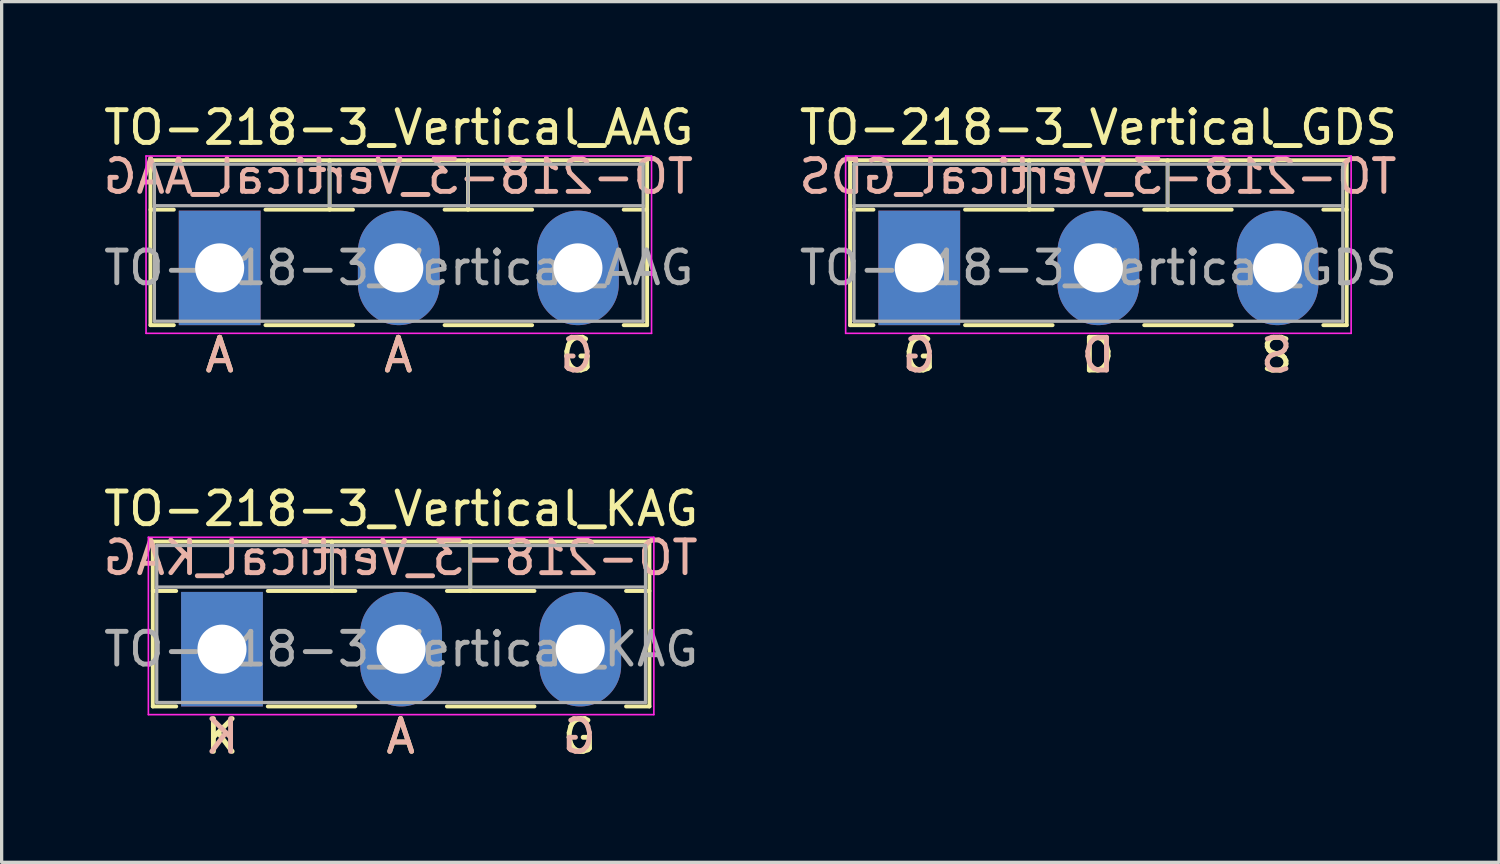
<source format=kicad_pcb>
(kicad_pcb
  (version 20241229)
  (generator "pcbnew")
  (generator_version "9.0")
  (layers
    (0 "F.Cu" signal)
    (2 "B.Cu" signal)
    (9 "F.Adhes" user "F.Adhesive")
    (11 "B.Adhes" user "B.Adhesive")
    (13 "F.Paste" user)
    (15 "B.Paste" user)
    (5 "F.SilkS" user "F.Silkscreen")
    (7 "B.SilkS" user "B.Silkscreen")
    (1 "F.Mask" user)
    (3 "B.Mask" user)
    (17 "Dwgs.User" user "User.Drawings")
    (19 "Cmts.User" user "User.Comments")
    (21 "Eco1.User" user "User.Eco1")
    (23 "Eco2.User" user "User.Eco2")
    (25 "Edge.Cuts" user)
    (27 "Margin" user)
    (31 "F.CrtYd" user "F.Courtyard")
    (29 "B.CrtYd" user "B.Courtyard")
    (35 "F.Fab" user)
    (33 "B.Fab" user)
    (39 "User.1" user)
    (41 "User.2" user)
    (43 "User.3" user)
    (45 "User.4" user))
  (footprint "TO-218-3_Vertical_AAG"
    (layer "F.Cu")
    (at 3.664 5.138)
    (property "Reference" "TO-218-3_Vertical_AAG" (at 5.475 -4.29 0) (layer "F.SilkS") (effects (font (size 1 1) (thickness 0.15))))
    (fp_line (start -2.115 -3.29) (end -2.115 1.75) (stroke (width 0.12) (type solid)) (layer "F.SilkS"))
    (fp_line (start -2.115 -3.29) (end 13.065 -3.29) (stroke (width 0.12) (type solid)) (layer "F.SilkS"))
    (fp_line (start -2.115 -1.78) (end -1.4 -1.78) (stroke (width 0.12) (type solid)) (layer "F.SilkS"))
    (fp_line (start -2.115 1.75) (end -1.4 1.75) (stroke (width 0.12) (type solid)) (layer "F.SilkS"))
    (fp_line (start 1.4 -1.78) (end 4.075 -1.78) (stroke (width 0.12) (type solid)) (layer "F.SilkS"))
    (fp_line (start 1.4 1.75) (end 4.075 1.75) (stroke (width 0.12) (type solid)) (layer "F.SilkS"))
    (fp_line (start 3.36 -3.29) (end 3.36 -1.78) (stroke (width 0.12) (type solid)) (layer "F.SilkS"))
    (fp_line (start 6.875 -1.78) (end 9.55 -1.78) (stroke (width 0.12) (type solid)) (layer "F.SilkS"))
    (fp_line (start 6.875 1.75) (end 9.55 1.75) (stroke (width 0.12) (type solid)) (layer "F.SilkS"))
    (fp_line (start 7.59 -3.29) (end 7.59 -1.78) (stroke (width 0.12) (type solid)) (layer "F.SilkS"))
    (fp_line (start 12.35 -1.78) (end 13.065 -1.78) (stroke (width 0.12) (type solid)) (layer "F.SilkS"))
    (fp_line (start 12.35 1.75) (end 13.065 1.75) (stroke (width 0.12) (type solid)) (layer "F.SilkS"))
    (fp_line (start 13.065 -3.29) (end 13.065 1.75) (stroke (width 0.12) (type solid)) (layer "F.SilkS"))
    (fp_line (start -2.25 -3.42) (end -2.25 2) (stroke (width 0.05) (type solid)) (layer "F.CrtYd"))
    (fp_line (start -2.25 2) (end 13.2 2) (stroke (width 0.05) (type solid)) (layer "F.CrtYd"))
    (fp_line (start 13.2 -3.42) (end -2.25 -3.42) (stroke (width 0.05) (type solid)) (layer "F.CrtYd"))
    (fp_line (start 13.2 2) (end 13.2 -3.42) (stroke (width 0.05) (type solid)) (layer "F.CrtYd"))
    (fp_line (start -1.995 -3.17) (end -1.995 1.63) (stroke (width 0.1) (type solid)) (layer "F.Fab"))
    (fp_line (start -1.995 -1.9) (end 12.945 -1.9) (stroke (width 0.1) (type solid)) (layer "F.Fab"))
    (fp_line (start -1.995 1.63) (end 12.945 1.63) (stroke (width 0.1) (type solid)) (layer "F.Fab"))
    (fp_line (start 3.36 -3.17) (end 3.36 -1.9) (stroke (width 0.1) (type solid)) (layer "F.Fab"))
    (fp_line (start 7.59 -3.17) (end 7.59 -1.9) (stroke (width 0.1) (type solid)) (layer "F.Fab"))
    (fp_line (start 12.945 -3.17) (end -1.995 -3.17) (stroke (width 0.1) (type solid)) (layer "F.Fab"))
    (fp_line (start 12.945 1.63) (end 12.945 -3.17) (stroke (width 0.1) (type solid)) (layer "F.Fab"))
    (fp_text user "A" (at 5.461 2.667 0) (unlocked yes) (layer "F.SilkS") (effects (font (size 1 1) (thickness 0.15))))
    (fp_text user "A" (at 0 2.667 0) (unlocked yes) (layer "F.SilkS") (effects (font (size 1 1) (thickness 0.15))))
    (fp_text user "G" (at 10.922 2.667 0) (unlocked yes) (layer "F.SilkS") (effects (font (size 1 1) (thickness 0.15))))
    (fp_text user "A" (at 5.461 2.667 0) (unlocked yes) (layer "B.SilkS") (effects (font (size 1 1) (thickness 0.15)) (justify mirror)))
    (fp_text user "${REFERENCE}" (at 5.461 -2.794 0) (layer "B.SilkS") (effects (font (size 1 1) (thickness 0.15)) (justify mirror)))
    (fp_text user "G" (at 10.922 2.667 0) (unlocked yes) (layer "B.SilkS") (effects (font (size 1 1) (thickness 0.15)) (justify mirror)))
    (fp_text user "A" (at 0 2.667 0) (unlocked yes) (layer "B.SilkS") (effects (font (size 1 1) (thickness 0.15)) (justify mirror)))
    (fp_text user "${REFERENCE}" (at 5.475 0 0) (layer "F.Fab") (effects (font (size 1 1) (thickness 0.15))))
    (pad "1" thru_hole rect (at 0 0) (size 2.5 3.5) (drill 1.5) (layers "*.Cu" "*.Mask"))
    (pad "2" thru_hole oval (at 5.475 0) (size 2.5 3.5) (drill 1.5) (layers "*.Cu" "*.Mask"))
    (pad "3" thru_hole oval (at 10.95 0) (size 2.5 3.5) (drill 1.5) (layers "*.Cu" "*.Mask")))
  (footprint "TO-218-3_Vertical_KAG"
    (layer "F.Cu")
    (at 3.735 16.792)
    (property "Reference" "TO-218-3_Vertical_KAG" (at 5.475 -4.29 0) (layer "F.SilkS") (effects (font (size 1 1) (thickness 0.15))))
    (fp_line (start -2.115 -3.29) (end -2.115 1.75) (stroke (width 0.12) (type solid)) (layer "F.SilkS"))
    (fp_line (start -2.115 -3.29) (end 13.065 -3.29) (stroke (width 0.12) (type solid)) (layer "F.SilkS"))
    (fp_line (start -2.115 -1.78) (end -1.4 -1.78) (stroke (width 0.12) (type solid)) (layer "F.SilkS"))
    (fp_line (start -2.115 1.75) (end -1.4 1.75) (stroke (width 0.12) (type solid)) (layer "F.SilkS"))
    (fp_line (start 1.4 -1.78) (end 4.075 -1.78) (stroke (width 0.12) (type solid)) (layer "F.SilkS"))
    (fp_line (start 1.4 1.75) (end 4.075 1.75) (stroke (width 0.12) (type solid)) (layer "F.SilkS"))
    (fp_line (start 3.36 -3.29) (end 3.36 -1.78) (stroke (width 0.12) (type solid)) (layer "F.SilkS"))
    (fp_line (start 6.875 -1.78) (end 9.55 -1.78) (stroke (width 0.12) (type solid)) (layer "F.SilkS"))
    (fp_line (start 6.875 1.75) (end 9.55 1.75) (stroke (width 0.12) (type solid)) (layer "F.SilkS"))
    (fp_line (start 7.59 -3.29) (end 7.59 -1.78) (stroke (width 0.12) (type solid)) (layer "F.SilkS"))
    (fp_line (start 12.35 -1.78) (end 13.065 -1.78) (stroke (width 0.12) (type solid)) (layer "F.SilkS"))
    (fp_line (start 12.35 1.75) (end 13.065 1.75) (stroke (width 0.12) (type solid)) (layer "F.SilkS"))
    (fp_line (start 13.065 -3.29) (end 13.065 1.75) (stroke (width 0.12) (type solid)) (layer "F.SilkS"))
    (fp_line (start -2.25 -3.42) (end -2.25 2) (stroke (width 0.05) (type solid)) (layer "F.CrtYd"))
    (fp_line (start -2.25 2) (end 13.2 2) (stroke (width 0.05) (type solid)) (layer "F.CrtYd"))
    (fp_line (start 13.2 -3.42) (end -2.25 -3.42) (stroke (width 0.05) (type solid)) (layer "F.CrtYd"))
    (fp_line (start 13.2 2) (end 13.2 -3.42) (stroke (width 0.05) (type solid)) (layer "F.CrtYd"))
    (fp_line (start -1.995 -3.17) (end -1.995 1.63) (stroke (width 0.1) (type solid)) (layer "F.Fab"))
    (fp_line (start -1.995 -1.9) (end 12.945 -1.9) (stroke (width 0.1) (type solid)) (layer "F.Fab"))
    (fp_line (start -1.995 1.63) (end 12.945 1.63) (stroke (width 0.1) (type solid)) (layer "F.Fab"))
    (fp_line (start 3.36 -3.17) (end 3.36 -1.9) (stroke (width 0.1) (type solid)) (layer "F.Fab"))
    (fp_line (start 7.59 -3.17) (end 7.59 -1.9) (stroke (width 0.1) (type solid)) (layer "F.Fab"))
    (fp_line (start 12.945 -3.17) (end -1.995 -3.17) (stroke (width 0.1) (type solid)) (layer "F.Fab"))
    (fp_line (start 12.945 1.63) (end 12.945 -3.17) (stroke (width 0.1) (type solid)) (layer "F.Fab"))
    (fp_text user "G" (at 10.922 2.667 0) (unlocked yes) (layer "F.SilkS") (effects (font (size 1 1) (thickness 0.15))))
    (fp_text user "A" (at 5.461 2.667 0) (unlocked yes) (layer "F.SilkS") (effects (font (size 1 1) (thickness 0.15))))
    (fp_text user "K" (at 0 2.667 0) (unlocked yes) (layer "F.SilkS") (effects (font (size 1 1) (thickness 0.15))))
    (fp_text user "K" (at 0 2.667 0) (unlocked yes) (layer "B.SilkS") (effects (font (size 1 1) (thickness 0.15)) (justify mirror)))
    (fp_text user "A" (at 5.461 2.667 0) (unlocked yes) (layer "B.SilkS") (effects (font (size 1 1) (thickness 0.15)) (justify mirror)))
    (fp_text user "G" (at 10.922 2.667 0) (unlocked yes) (layer "B.SilkS") (effects (font (size 1 1) (thickness 0.15)) (justify mirror)))
    (fp_text user "${REFERENCE}" (at 5.461 -2.794 0) (layer "B.SilkS") (effects (font (size 1 1) (thickness 0.15)) (justify mirror)))
    (fp_text user "${REFERENCE}" (at 5.475 0 0) (layer "F.Fab") (effects (font (size 1 1) (thickness 0.15))))
    (pad "1" thru_hole rect (at 0 0) (size 2.5 3.5) (drill 1.5) (layers "*.Cu" "*.Mask"))
    (pad "2" thru_hole oval (at 5.475 0) (size 2.5 3.5) (drill 1.5) (layers "*.Cu" "*.Mask"))
    (pad "3" thru_hole oval (at 10.95 0) (size 2.5 3.5) (drill 1.5) (layers "*.Cu" "*.Mask")))
  (footprint "TO-218-3_Vertical_GDS"
    (layer "F.Cu")
    (at 25.047 5.138)
    (property "Reference" "TO-218-3_Vertical_GDS" (at 5.475 -4.29 0) (layer "F.SilkS") (effects (font (size 1 1) (thickness 0.15))))
    (fp_line (start -2.115 -3.29) (end -2.115 1.75) (stroke (width 0.12) (type solid)) (layer "F.SilkS"))
    (fp_line (start -2.115 -3.29) (end 13.065 -3.29) (stroke (width 0.12) (type solid)) (layer "F.SilkS"))
    (fp_line (start -2.115 -1.78) (end -1.4 -1.78) (stroke (width 0.12) (type solid)) (layer "F.SilkS"))
    (fp_line (start -2.115 1.75) (end -1.4 1.75) (stroke (width 0.12) (type solid)) (layer "F.SilkS"))
    (fp_line (start 1.4 -1.78) (end 4.075 -1.78) (stroke (width 0.12) (type solid)) (layer "F.SilkS"))
    (fp_line (start 1.4 1.75) (end 4.075 1.75) (stroke (width 0.12) (type solid)) (layer "F.SilkS"))
    (fp_line (start 3.36 -3.29) (end 3.36 -1.78) (stroke (width 0.12) (type solid)) (layer "F.SilkS"))
    (fp_line (start 6.875 -1.78) (end 9.55 -1.78) (stroke (width 0.12) (type solid)) (layer "F.SilkS"))
    (fp_line (start 6.875 1.75) (end 9.55 1.75) (stroke (width 0.12) (type solid)) (layer "F.SilkS"))
    (fp_line (start 7.59 -3.29) (end 7.59 -1.78) (stroke (width 0.12) (type solid)) (layer "F.SilkS"))
    (fp_line (start 12.35 -1.78) (end 13.065 -1.78) (stroke (width 0.12) (type solid)) (layer "F.SilkS"))
    (fp_line (start 12.35 1.75) (end 13.065 1.75) (stroke (width 0.12) (type solid)) (layer "F.SilkS"))
    (fp_line (start 13.065 -3.29) (end 13.065 1.75) (stroke (width 0.12) (type solid)) (layer "F.SilkS"))
    (fp_line (start -2.25 -3.42) (end -2.25 2) (stroke (width 0.05) (type solid)) (layer "F.CrtYd"))
    (fp_line (start -2.25 2) (end 13.2 2) (stroke (width 0.05) (type solid)) (layer "F.CrtYd"))
    (fp_line (start 13.2 -3.42) (end -2.25 -3.42) (stroke (width 0.05) (type solid)) (layer "F.CrtYd"))
    (fp_line (start 13.2 2) (end 13.2 -3.42) (stroke (width 0.05) (type solid)) (layer "F.CrtYd"))
    (fp_line (start -1.995 -3.17) (end -1.995 1.63) (stroke (width 0.1) (type solid)) (layer "F.Fab"))
    (fp_line (start -1.995 -1.9) (end 12.945 -1.9) (stroke (width 0.1) (type solid)) (layer "F.Fab"))
    (fp_line (start -1.995 1.63) (end 12.945 1.63) (stroke (width 0.1) (type solid)) (layer "F.Fab"))
    (fp_line (start 3.36 -3.17) (end 3.36 -1.9) (stroke (width 0.1) (type solid)) (layer "F.Fab"))
    (fp_line (start 7.59 -3.17) (end 7.59 -1.9) (stroke (width 0.1) (type solid)) (layer "F.Fab"))
    (fp_line (start 12.945 -3.17) (end -1.995 -3.17) (stroke (width 0.1) (type solid)) (layer "F.Fab"))
    (fp_line (start 12.945 1.63) (end 12.945 -3.17) (stroke (width 0.1) (type solid)) (layer "F.Fab"))
    (fp_text user "S" (at 10.922 2.667 0) (unlocked yes) (layer "F.SilkS") (effects (font (size 1 1) (thickness 0.15))))
    (fp_text user "D" (at 5.461 2.667 0) (unlocked yes) (layer "F.SilkS") (effects (font (size 1 1) (thickness 0.15))))
    (fp_text user "G" (at 0 2.667 0) (unlocked yes) (layer "F.SilkS") (effects (font (size 1 1) (thickness 0.15))))
    (fp_text user "G" (at 0 2.667 0) (unlocked yes) (layer "B.SilkS") (effects (font (size 1 1) (thickness 0.15)) (justify mirror)))
    (fp_text user "D" (at 5.461 2.667 0) (unlocked yes) (layer "B.SilkS") (effects (font (size 1 1) (thickness 0.15)) (justify mirror)))
    (fp_text user "S" (at 10.922 2.667 0) (unlocked yes) (layer "B.SilkS") (effects (font (size 1 1) (thickness 0.15)) (justify mirror)))
    (fp_text user "${REFERENCE}" (at 5.461 -2.794 0) (layer "B.SilkS") (effects (font (size 1 1) (thickness 0.15)) (justify mirror)))
    (fp_text user "${REFERENCE}" (at 5.475 0 0) (layer "F.Fab") (effects (font (size 1 1) (thickness 0.15))))
    (pad "1" thru_hole rect (at 0 0) (size 2.5 3.5) (drill 1.5) (layers "*.Cu" "*.Mask"))
    (pad "2" thru_hole oval (at 5.475 0) (size 2.5 3.5) (drill 1.5) (layers "*.Cu" "*.Mask"))
    (pad "3" thru_hole oval (at 10.95 0) (size 2.5 3.5) (drill 1.5) (layers "*.Cu" "*.Mask")))
  (gr_rect
    (start -3 -3)
    (end 42.766 23.307)
    (stroke (width 0.1) (type default))
    (fill no)
    (layer "Edge.Cuts")))
</source>
